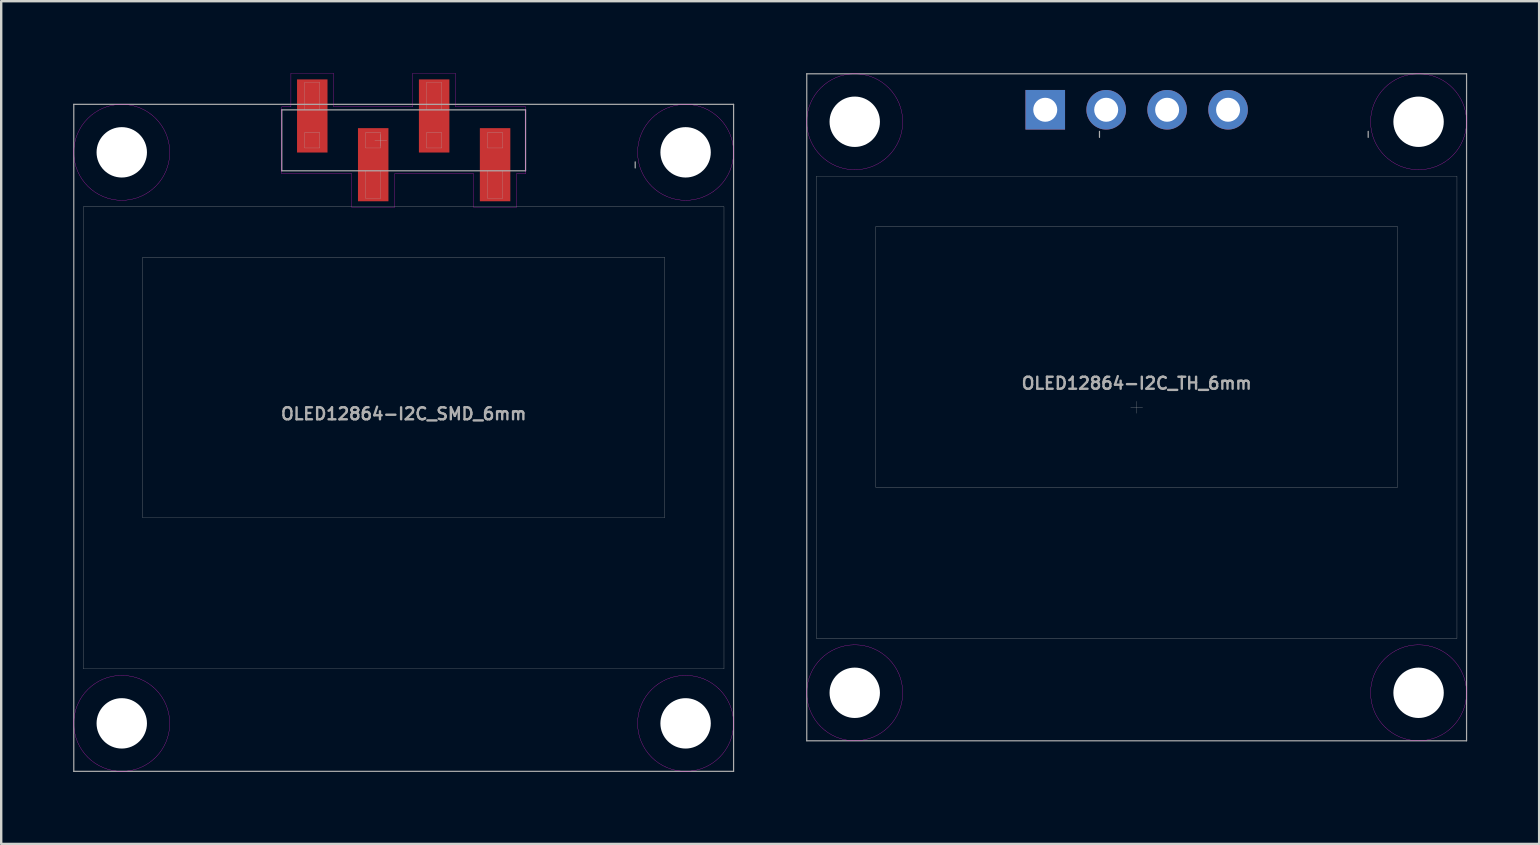
<source format=kicad_pcb>
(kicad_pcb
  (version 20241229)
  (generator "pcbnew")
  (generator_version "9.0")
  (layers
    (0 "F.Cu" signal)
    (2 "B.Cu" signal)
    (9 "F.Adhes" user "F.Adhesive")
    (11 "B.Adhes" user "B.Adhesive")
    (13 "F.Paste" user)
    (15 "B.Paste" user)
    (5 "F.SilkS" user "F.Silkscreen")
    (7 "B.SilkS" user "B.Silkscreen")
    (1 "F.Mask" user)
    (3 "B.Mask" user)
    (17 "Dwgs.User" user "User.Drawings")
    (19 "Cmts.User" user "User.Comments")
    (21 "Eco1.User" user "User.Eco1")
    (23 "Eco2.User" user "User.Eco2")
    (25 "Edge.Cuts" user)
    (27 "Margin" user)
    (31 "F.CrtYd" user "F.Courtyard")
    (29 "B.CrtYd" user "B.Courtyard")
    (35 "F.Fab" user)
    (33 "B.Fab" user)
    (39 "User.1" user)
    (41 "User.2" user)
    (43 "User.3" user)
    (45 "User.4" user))
  (footprint "OLED12864-I2C_TH_6mm"
    (layer "F.Cu")
    (at 44.325 13.925)
    (property "Reference" "OLED12864-I2C_TH_6mm" (at 0 -1 0) (layer "F.Fab") (effects (font (size 0.5 0.5) (thickness 0.1))))
    (attr through_hole)
    (fp_circle (center -11.75 -11.9) (end -9.75 -11.9) (stroke (width 0.01) (type solid)) (fill no) (layer "F.CrtYd"))
    (fp_circle (center -11.75 11.9) (end -9.75 11.9) (stroke (width 0.01) (type solid)) (fill no) (layer "F.CrtYd"))
    (fp_circle (center 11.75 -11.9) (end 13.75 -11.9) (stroke (width 0.01) (type solid)) (fill no) (layer "F.CrtYd"))
    (fp_circle (center 11.75 11.9) (end 13.75 11.9) (stroke (width 0.01) (type solid)) (fill no) (layer "F.CrtYd"))
    (fp_line (start -13.75 -13.9) (end -13.75 13.9) (stroke (width 0.05) (type solid)) (layer "F.Fab"))
    (fp_line (start -13.75 -13.9) (end 13.75 -13.9) (stroke (width 0.05) (type solid)) (layer "F.Fab"))
    (fp_line (start -13.75 13.9) (end 13.75 13.9) (stroke (width 0.05) (type solid)) (layer "F.Fab"))
    (fp_line (start -13.35 -9.63) (end -13.35 9.63) (stroke (width 0.01) (type solid)) (layer "F.Fab"))
    (fp_line (start -13.35 9.63) (end 13.35 9.63) (stroke (width 0.01) (type solid)) (layer "F.Fab"))
    (fp_line (start -10.872 -7.53) (end 10.872 -7.53) (stroke (width 0.01) (type solid)) (layer "F.Fab"))
    (fp_line (start -10.872 3.334) (end -10.872 -7.53) (stroke (width 0.01) (type solid)) (layer "F.Fab"))
    (fp_line (start -1.55 -11.5) (end -1.55 -11.25) (stroke (width 0.05) (type solid)) (layer "F.Fab"))
    (fp_line (start -0.25 0) (end 0.25 0) (stroke (width 0.01) (type solid)) (layer "F.Fab"))
    (fp_line (start 0 -0.25) (end 0 0.25) (stroke (width 0.01) (type solid)) (layer "F.Fab"))
    (fp_line (start 9.65 -11.5) (end 9.65 -11.25) (stroke (width 0.05) (type solid)) (layer "F.Fab"))
    (fp_line (start 10.872 -7.53) (end 10.872 3.334) (stroke (width 0.01) (type solid)) (layer "F.Fab"))
    (fp_line (start 10.872 3.334) (end -10.872 3.334) (stroke (width 0.01) (type solid)) (layer "F.Fab"))
    (fp_line (start 13.35 -9.63) (end -13.35 -9.63) (stroke (width 0.01) (type solid)) (layer "F.Fab"))
    (fp_line (start 13.35 9.63) (end 13.35 -9.63) (stroke (width 0.01) (type solid)) (layer "F.Fab"))
    (fp_line (start 13.75 13.9) (end 13.75 -13.9) (stroke (width 0.05) (type solid)) (layer "F.Fab"))
    (pad "" np_thru_hole circle (at -11.75 -11.9) (size 2.1 2.1) (drill 2.1) (layers "*.Cu" "*.Mask"))
    (pad "" np_thru_hole circle (at -11.75 11.9 180) (size 2.1 2.1) (drill 2.1) (layers "*.Cu" "*.Mask"))
    (pad "" np_thru_hole circle (at 11.75 -11.9) (size 2.1 2.1) (drill 2.1) (layers "*.Cu" "*.Mask"))
    (pad "" np_thru_hole circle (at 11.75 11.9 180) (size 2.1 2.1) (drill 2.1) (layers "*.Cu" "*.Mask"))
    (pad "1" thru_hole rect (at -3.81 -12.4) (size 1.65 1.65) (drill 1) (layers "*.Cu" "*.Mask"))
    (pad "2" thru_hole circle (at -1.27 -12.4) (size 1.65 1.65) (drill 1) (layers "*.Cu" "*.Mask"))
    (pad "3" thru_hole circle (at 1.27 -12.4) (size 1.65 1.65) (drill 1) (layers "*.Cu" "*.Mask"))
    (pad "4" thru_hole circle (at 3.81 -12.4) (size 1.65 1.65) (drill 1) (layers "*.Cu" "*.Mask")))
  (footprint "OLED12864-I2C_SMD_6mm"
    (layer "F.Cu")
    (at 13.775 15.199)
    (property "Reference" "OLED12864-I2C_SMD_6mm" (at 0 -1 0) (layer "F.Fab") (effects (font (size 0.5 0.5) (thickness 0.1))))
    (attr through_hole)
    (fp_line (start -5.08 -13.797) (end -5.08 -11.003) (stroke (width 0.01) (type solid)) (layer "F.CrtYd"))
    (fp_line (start -5.08 -11.003) (end -2.159 -11.003) (stroke (width 0.01) (type solid)) (layer "F.CrtYd"))
    (fp_line (start -5.08 -10.876) (end -5.08 -10.876) (stroke (width 0.01) (type solid)) (layer "F.CrtYd"))
    (fp_line (start -4.699 -15.194) (end -4.699 -13.797) (stroke (width 0.01) (type solid)) (layer "F.CrtYd"))
    (fp_line (start -4.699 -13.797) (end -5.08 -13.797) (stroke (width 0.01) (type solid)) (layer "F.CrtYd"))
    (fp_line (start -2.921 -15.194) (end -4.699 -15.194) (stroke (width 0.01) (type solid)) (layer "F.CrtYd"))
    (fp_line (start -2.921 -13.797) (end -2.921 -15.194) (stroke (width 0.01) (type solid)) (layer "F.CrtYd"))
    (fp_line (start -2.159 -11.003) (end -2.159 -9.606) (stroke (width 0.01) (type solid)) (layer "F.CrtYd"))
    (fp_line (start -2.159 -9.606) (end -0.381 -9.606) (stroke (width 0.01) (type solid)) (layer "F.CrtYd"))
    (fp_line (start -0.381 -11.003) (end 2.921 -11.003) (stroke (width 0.01) (type solid)) (layer "F.CrtYd"))
    (fp_line (start -0.381 -9.606) (end -0.381 -11.003) (stroke (width 0.01) (type solid)) (layer "F.CrtYd"))
    (fp_line (start 0.381 -15.194) (end 0.381 -15.194) (stroke (width 0.01) (type solid)) (layer "F.CrtYd"))
    (fp_line (start 0.381 -15.194) (end 0.381 -13.797) (stroke (width 0.01) (type solid)) (layer "F.CrtYd"))
    (fp_line (start 0.381 -13.797) (end -2.921 -13.797) (stroke (width 0.01) (type solid)) (layer "F.CrtYd"))
    (fp_line (start 2.159 -15.194) (end 0.381 -15.194) (stroke (width 0.01) (type solid)) (layer "F.CrtYd"))
    (fp_line (start 2.159 -13.797) (end 2.159 -15.194) (stroke (width 0.01) (type solid)) (layer "F.CrtYd"))
    (fp_line (start 2.921 -11.003) (end 2.921 -9.606) (stroke (width 0.01) (type solid)) (layer "F.CrtYd"))
    (fp_line (start 2.921 -9.606) (end 4.699 -9.606) (stroke (width 0.01) (type solid)) (layer "F.CrtYd"))
    (fp_line (start 4.699 -11.003) (end 5.08 -11.003) (stroke (width 0.01) (type solid)) (layer "F.CrtYd"))
    (fp_line (start 4.699 -9.606) (end 4.699 -11.003) (stroke (width 0.01) (type solid)) (layer "F.CrtYd"))
    (fp_line (start 5.08 -13.797) (end 2.159 -13.797) (stroke (width 0.01) (type solid)) (layer "F.CrtYd"))
    (fp_line (start 5.08 -11.003) (end 5.08 -13.797) (stroke (width 0.01) (type solid)) (layer "F.CrtYd"))
    (fp_circle (center -11.75 -11.9) (end -9.75 -11.9) (stroke (width 0.01) (type solid)) (fill no) (layer "F.CrtYd"))
    (fp_circle (center -11.75 11.9) (end -9.75 11.9) (stroke (width 0.01) (type solid)) (fill no) (layer "F.CrtYd"))
    (fp_circle (center 11.75 -11.9) (end 13.75 -11.9) (stroke (width 0.01) (type solid)) (fill no) (layer "F.CrtYd"))
    (fp_circle (center 11.75 11.9) (end 13.75 11.9) (stroke (width 0.01) (type solid)) (fill no) (layer "F.CrtYd"))
    (fp_line (start -13.75 -13.9) (end -13.75 13.9) (stroke (width 0.05) (type solid)) (layer "F.Fab"))
    (fp_line (start -13.75 -13.9) (end 13.75 -13.9) (stroke (width 0.05) (type solid)) (layer "F.Fab"))
    (fp_line (start -13.75 13.9) (end 13.75 13.9) (stroke (width 0.05) (type solid)) (layer "F.Fab"))
    (fp_line (start -13.35 -9.63) (end -13.35 9.63) (stroke (width 0.01) (type solid)) (layer "F.Fab"))
    (fp_line (start -13.35 9.63) (end 13.35 9.63) (stroke (width 0.01) (type solid)) (layer "F.Fab"))
    (fp_line (start -10.872 -7.53) (end 10.872 -7.53) (stroke (width 0.01) (type solid)) (layer "F.Fab"))
    (fp_line (start -10.872 3.334) (end -10.872 -7.53) (stroke (width 0.01) (type solid)) (layer "F.Fab"))
    (fp_line (start -5.08 -13.67) (end -5.08 -11.13) (stroke (width 0.05) (type solid)) (layer "F.Fab"))
    (fp_line (start -5.08 -11.13) (end 5.08 -11.13) (stroke (width 0.05) (type solid)) (layer "F.Fab"))
    (fp_line (start -4.128 -14.813) (end -3.493 -14.813) (stroke (width 0.01) (type solid)) (layer "F.Fab"))
    (fp_line (start -4.128 -13.67) (end -4.128 -14.813) (stroke (width 0.01) (type solid)) (layer "F.Fab"))
    (fp_line (start -4.128 -12.717) (end -4.128 -12.082) (stroke (width 0.01) (type solid)) (layer "F.Fab"))
    (fp_line (start -4.128 -12.082) (end -3.493 -12.082) (stroke (width 0.01) (type solid)) (layer "F.Fab"))
    (fp_line (start -3.493 -14.813) (end -3.493 -13.67) (stroke (width 0.01) (type solid)) (layer "F.Fab"))
    (fp_line (start -3.493 -12.717) (end -4.128 -12.717) (stroke (width 0.01) (type solid)) (layer "F.Fab"))
    (fp_line (start -3.493 -12.082) (end -3.493 -12.717) (stroke (width 0.01) (type solid)) (layer "F.Fab"))
    (fp_line (start -1.587 -12.717) (end -1.587 -12.082) (stroke (width 0.01) (type solid)) (layer "F.Fab"))
    (fp_line (start -1.587 -12.082) (end -0.953 -12.082) (stroke (width 0.01) (type solid)) (layer "F.Fab"))
    (fp_line (start -1.587 -9.987) (end -1.587 -11.13) (stroke (width 0.01) (type solid)) (layer "F.Fab"))
    (fp_line (start -1.202 -12.4) (end -0.703 -12.4) (stroke (width 0.01) (type solid)) (layer "F.Fab"))
    (fp_line (start -0.953 -12.717) (end -1.587 -12.717) (stroke (width 0.01) (type solid)) (layer "F.Fab"))
    (fp_line (start -0.953 -12.65) (end -0.953 -12.15) (stroke (width 0.01) (type solid)) (layer "F.Fab"))
    (fp_line (start -0.953 -12.082) (end -0.953 -12.717) (stroke (width 0.01) (type solid)) (layer "F.Fab"))
    (fp_line (start -0.953 -11.13) (end -0.953 -9.987) (stroke (width 0.01) (type solid)) (layer "F.Fab"))
    (fp_line (start -0.953 -9.987) (end -1.587 -9.987) (stroke (width 0.01) (type solid)) (layer "F.Fab"))
    (fp_line (start 0.953 -14.813) (end 1.587 -14.813) (stroke (width 0.01) (type solid)) (layer "F.Fab"))
    (fp_line (start 0.953 -13.67) (end 0.953 -14.813) (stroke (width 0.01) (type solid)) (layer "F.Fab"))
    (fp_line (start 0.953 -12.717) (end 0.953 -12.082) (stroke (width 0.01) (type solid)) (layer "F.Fab"))
    (fp_line (start 0.953 -12.082) (end 1.587 -12.082) (stroke (width 0.01) (type solid)) (layer "F.Fab"))
    (fp_line (start 1.587 -14.813) (end 1.587 -13.67) (stroke (width 0.01) (type solid)) (layer "F.Fab"))
    (fp_line (start 1.587 -12.717) (end 0.953 -12.717) (stroke (width 0.01) (type solid)) (layer "F.Fab"))
    (fp_line (start 1.587 -12.082) (end 1.587 -12.717) (stroke (width 0.01) (type solid)) (layer "F.Fab"))
    (fp_line (start 3.493 -12.717) (end 3.493 -12.082) (stroke (width 0.01) (type solid)) (layer "F.Fab"))
    (fp_line (start 3.493 -12.082) (end 4.128 -12.082) (stroke (width 0.01) (type solid)) (layer "F.Fab"))
    (fp_line (start 3.493 -9.987) (end 3.493 -11.13) (stroke (width 0.01) (type solid)) (layer "F.Fab"))
    (fp_line (start 4.128 -12.717) (end 3.493 -12.717) (stroke (width 0.01) (type solid)) (layer "F.Fab"))
    (fp_line (start 4.128 -12.082) (end 4.128 -12.717) (stroke (width 0.01) (type solid)) (layer "F.Fab"))
    (fp_line (start 4.128 -11.13) (end 4.128 -9.987) (stroke (width 0.01) (type solid)) (layer "F.Fab"))
    (fp_line (start 4.128 -9.987) (end 3.493 -9.987) (stroke (width 0.01) (type solid)) (layer "F.Fab"))
    (fp_line (start 5.08 -13.67) (end -5.08 -13.67) (stroke (width 0.05) (type solid)) (layer "F.Fab"))
    (fp_line (start 5.08 -11.13) (end 5.08 -13.67) (stroke (width 0.05) (type solid)) (layer "F.Fab"))
    (fp_line (start 9.65 -11.5) (end 9.65 -11.25) (stroke (width 0.05) (type solid)) (layer "F.Fab"))
    (fp_line (start 10.872 -7.53) (end 10.872 3.334) (stroke (width 0.01) (type solid)) (layer "F.Fab"))
    (fp_line (start 10.872 3.334) (end -10.872 3.334) (stroke (width 0.01) (type solid)) (layer "F.Fab"))
    (fp_line (start 13.35 -9.63) (end -13.35 -9.63) (stroke (width 0.01) (type solid)) (layer "F.Fab"))
    (fp_line (start 13.35 9.63) (end 13.35 -9.63) (stroke (width 0.01) (type solid)) (layer "F.Fab"))
    (fp_line (start 13.75 13.9) (end 13.75 -13.9) (stroke (width 0.05) (type solid)) (layer "F.Fab"))
    (pad "" np_thru_hole circle (at -11.75 -11.9) (size 2.1 2.1) (drill 2.1) (layers "*.Cu" "*.Mask"))
    (pad "" np_thru_hole circle (at -11.75 11.9 180) (size 2.1 2.1) (drill 2.1) (layers "*.Cu" "*.Mask"))
    (pad "" np_thru_hole circle (at 11.75 -11.9) (size 2.1 2.1) (drill 2.1) (layers "*.Cu" "*.Mask"))
    (pad "" np_thru_hole circle (at 11.75 11.9 180) (size 2.1 2.1) (drill 2.1) (layers "*.Cu" "*.Mask"))
    (pad "1" smd rect (at -3.81 -13.416) (size 1.27 3.048) (layers "F.Cu" "F.Mask" "F.Paste"))
    (pad "2" smd rect (at -1.27 -11.384) (size 1.27 3.048) (layers "F.Cu" "F.Mask" "F.Paste"))
    (pad "3" smd rect (at 1.27 -13.416) (size 1.27 3.048) (layers "F.Cu" "F.Mask" "F.Paste"))
    (pad "4" smd rect (at 3.81 -11.384) (size 1.27 3.048) (layers "F.Cu" "F.Mask" "F.Paste")))
  (gr_rect
    (start -3 -3)
    (end 61.1 32.124)
    (stroke (width 0.1) (type default))
    (fill no)
    (layer "Edge.Cuts")))
</source>
